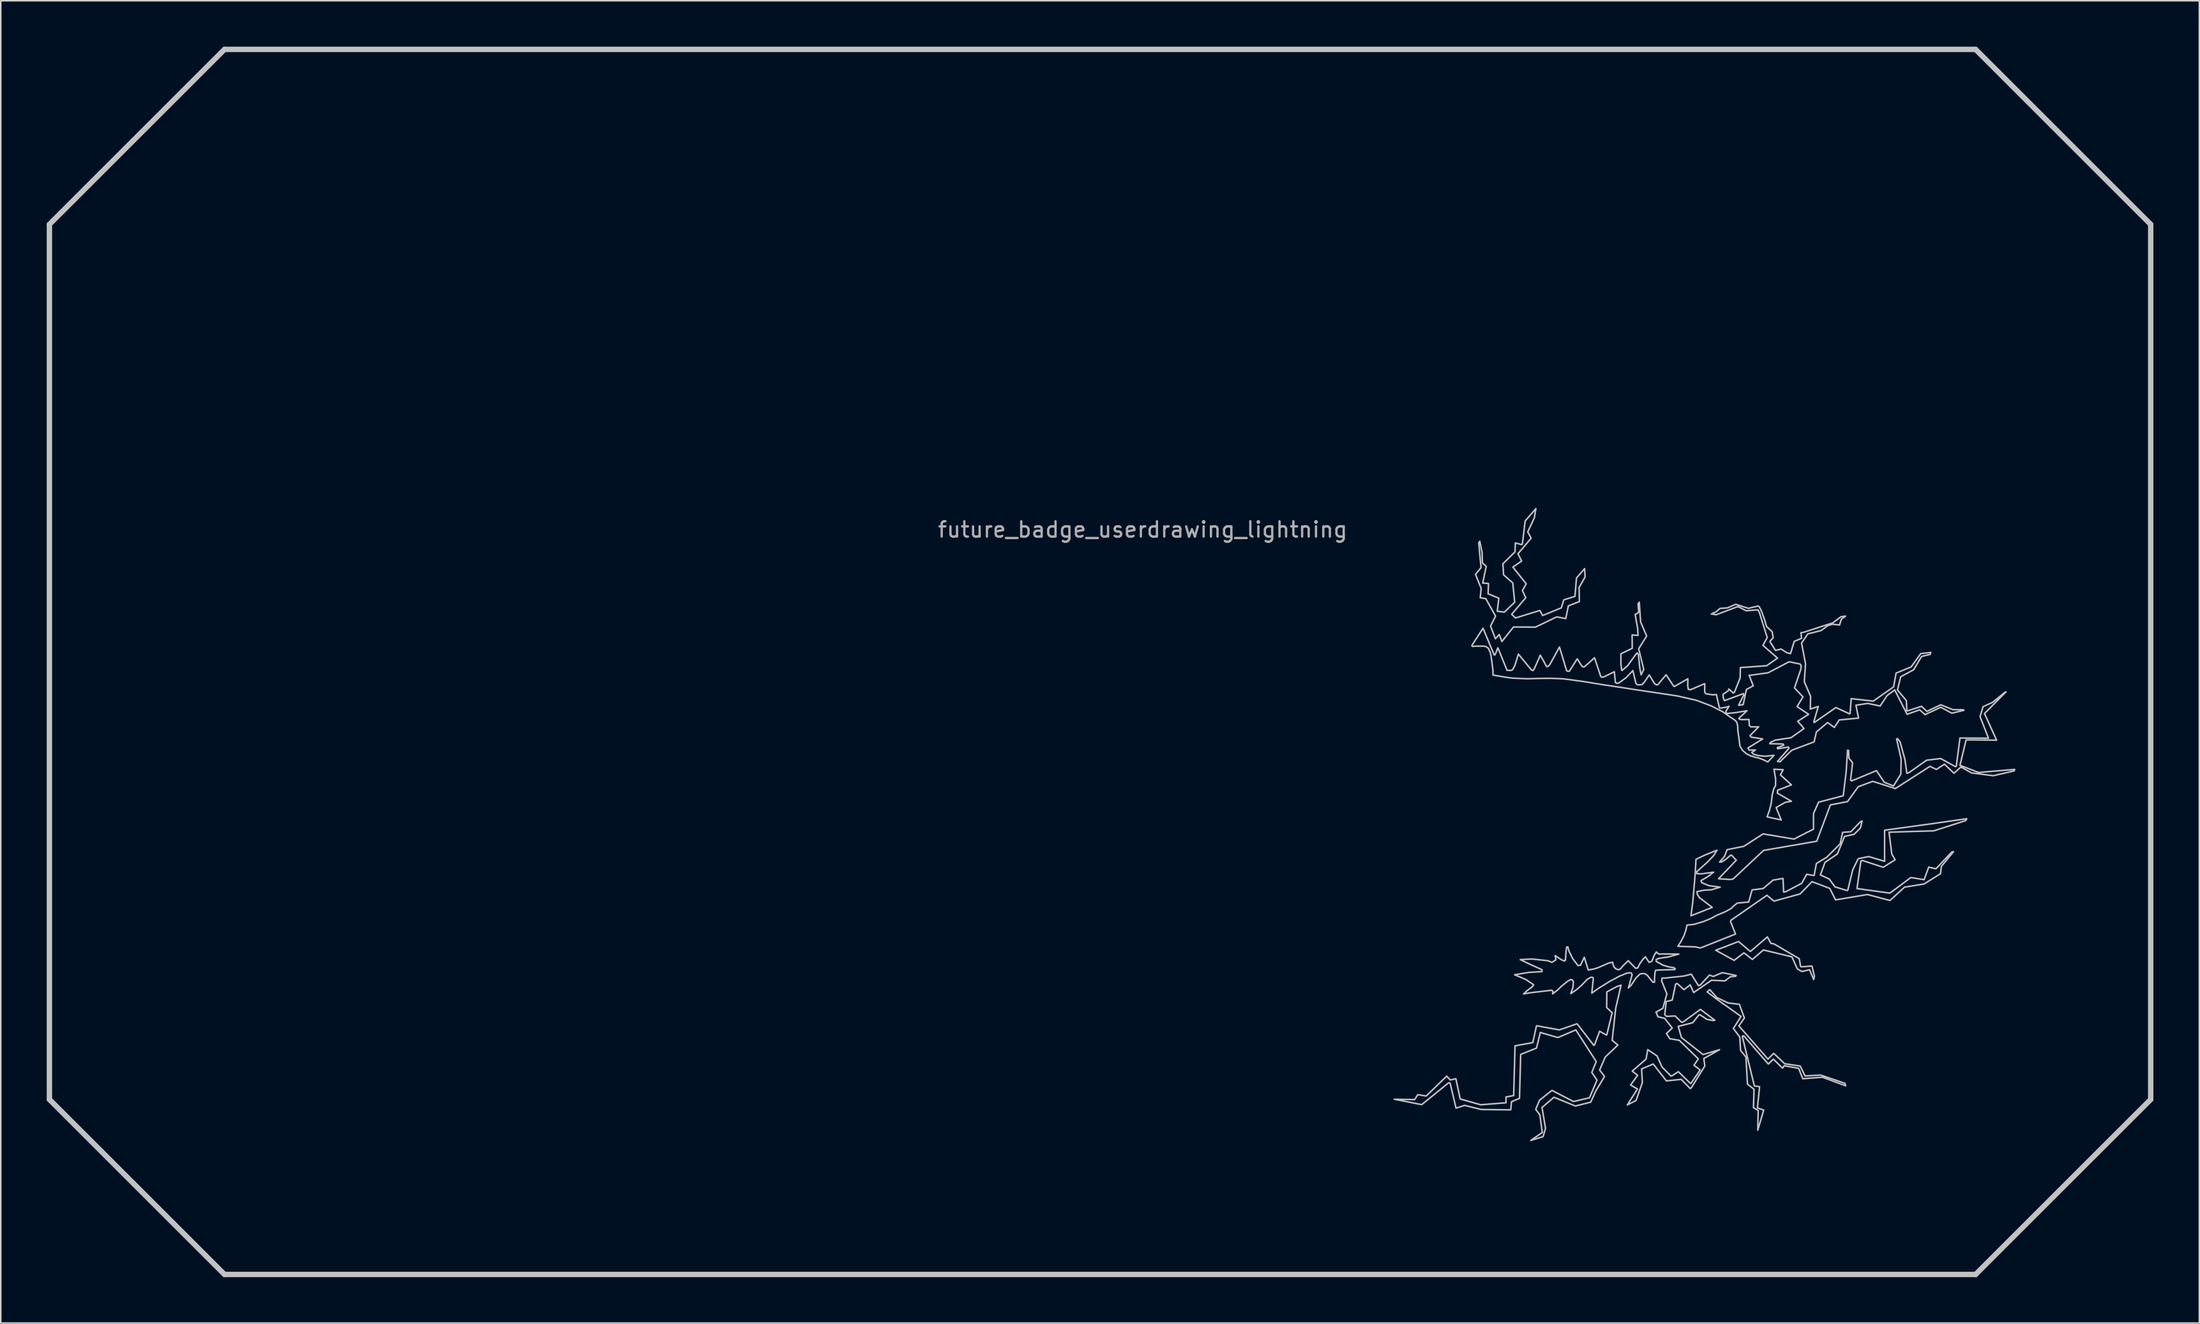
<source format=kicad_pcb>
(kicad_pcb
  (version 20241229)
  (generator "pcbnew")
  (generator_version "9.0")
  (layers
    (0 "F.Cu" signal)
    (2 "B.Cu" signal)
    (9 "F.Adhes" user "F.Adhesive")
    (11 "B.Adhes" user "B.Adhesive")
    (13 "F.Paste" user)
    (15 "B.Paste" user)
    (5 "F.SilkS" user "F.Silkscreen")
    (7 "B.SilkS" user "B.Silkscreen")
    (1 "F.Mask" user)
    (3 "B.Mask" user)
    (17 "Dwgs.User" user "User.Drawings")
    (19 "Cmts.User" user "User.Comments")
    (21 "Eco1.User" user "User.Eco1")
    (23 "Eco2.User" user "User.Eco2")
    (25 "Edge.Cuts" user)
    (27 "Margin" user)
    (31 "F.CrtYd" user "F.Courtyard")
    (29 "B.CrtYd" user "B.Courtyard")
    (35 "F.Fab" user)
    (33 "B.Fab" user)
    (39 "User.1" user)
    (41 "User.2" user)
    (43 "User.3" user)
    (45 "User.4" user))
  (footprint "future_badge_userdrawing_lightning"
    (layer "F.Cu")
    (at 71.531 32.034)
    (property "Reference" "future_badge_userdrawing_lightning" (at 0 -0.5 0) (unlocked yes) (layer "F.Fab") (effects (font (size 1 1) (thickness 0.15))))
    (fp_line (start -71.356 -20.431) (end -71.356 36.712) (stroke (width 0.35) (type solid)) (layer "Dwgs.User"))
    (fp_line (start -71.356 36.712) (end -59.928 48.141) (stroke (width 0.35) (type solid)) (layer "Dwgs.User"))
    (fp_line (start -59.928 -31.859) (end -71.356 -20.431) (stroke (width 0.35) (type solid)) (layer "Dwgs.User"))
    (fp_line (start -59.928 48.141) (end 54.358 48.141) (stroke (width 0.35) (type solid)) (layer "Dwgs.User"))
    (fp_line (start 54.358 -31.859) (end -59.928 -31.859) (stroke (width 0.35) (type solid)) (layer "Dwgs.User"))
    (fp_line (start 54.358 48.141) (end 65.787 36.712) (stroke (width 0.35) (type solid)) (layer "Dwgs.User"))
    (fp_line (start 65.787 -20.431) (end 54.358 -31.859) (stroke (width 0.35) (type solid)) (layer "Dwgs.User"))
    (fp_line (start 65.787 36.712) (end 65.787 -20.431) (stroke (width 0.35) (type solid)) (layer "Dwgs.User"))
    (fp_poly (pts (xy 41.8 15.18) (xy 41.62 15.52) (xy 42.34 16.17) (xy 41.44 16.52) (xy 41.42 16.71) (xy 42.34 17.24) (xy 41.94 17.31) (xy 41.34 17.65) (xy 41.67 18.46) (xy 40.75 18.26) (xy 40.91 17.82) (xy 41.02 17.37) (xy 41.09 16.8) (xy 41.19 16.41) (xy 41.3 16.23) (xy 41.31 15.78) (xy 41.2 15.15)) (stroke (width 0.1) (type solid)) (fill no) (layer "Dwgs.User"))
    (fp_poly (pts (xy 41 26.52) (xy 41.19 26.55) (xy 42.85 27.52) (xy 42.94 28.03) (xy 43 28.05) (xy 43.68 28) (xy 43.84 28.67) (xy 43.79 28.88) (xy 43.52 28.24) (xy 43.03 28.36) (xy 42.73 28.19) (xy 42.37 27.4) (xy 40.51 26.95) (xy 39.79 27.57) (xy 39.24 27.14) (xy 38.6 27.63) (xy 37.4 26.97) (xy 38.89 26.4) (xy 39.66 27.05) (xy 40.77 26.1)) (stroke (width 0.1) (type solid)) (fill no) (layer "Dwgs.User"))
    (fp_poly (pts (xy 32.47 5.16) (xy 32.5 5.54) (xy 32.89 6.45) (xy 32.37 7.28) (xy 32.7 8.63) (xy 32.53 8.98) (xy 32.44 8.52) (xy 32.35 7.65) (xy 32.28 7.55) (xy 32.19 7.64) (xy 31.64 8.4) (xy 31.28 8.7) (xy 31.26 8.68) (xy 31.21 8.27) (xy 31.21 7.61) (xy 31.95 7.25) (xy 31.94 6.38) (xy 32.33 6.41) (xy 32.3 5.95) (xy 32.14 5.04) (xy 32.3 4.96) (xy 32.37 4.87) (xy 32.33 4.34) (xy 32.41 4.24)) (stroke (width 0.1) (type solid)) (fill no) (layer "Dwgs.User"))
    (fp_poly (pts (xy 37.27 20.78) (xy 36.85 21.22) (xy 36.17 21.83) (xy 36.17 21.97) (xy 36.47 21.98) (xy 37.26 21.87) (xy 36.87 22.17) (xy 36.44 22.42) (xy 36.48 22.55) (xy 36.95 22.75) (xy 37.69 22.85) (xy 37.12 23.02) (xy 36.62 23.05) (xy 36.18 23.14) (xy 36.19 23.3) (xy 36.33 23.53) (xy 37.17 24.17) (xy 35.78 24.72) (xy 35.86 24.13) (xy 35.9 23.84) (xy 35.96 23.13) (xy 36.04 22.21) (xy 36.07 21.77) (xy 36.11 21.03) (xy 36.72 20.74) (xy 37.48 20.44)) (stroke (width 0.1) (type solid)) (fill no) (layer "Dwgs.User"))
    (fp_poly (pts (xy 37.47 30.06) (xy 38.21 30.41) (xy 38.94 30.5) (xy 39.27 31.39) (xy 38.91 31.91) (xy 40.81 34.08) (xy 41.18 33.7) (xy 41.9 34.38) (xy 42.91 34.53) (xy 43.23 35.18) (xy 44.25 35.12) (xy 45.83 35.66) (xy 45.88 35.82) (xy 44.36 35.26) (xy 43.08 35.36) (xy 42.81 34.68) (xy 41.87 34.51) (xy 41.76 34.67) (xy 41.16 34.08) (xy 40.83 34.4) (xy 39.24 32.57) (xy 39.15 32.56) (xy 39.14 32.62) (xy 39.92 35.83) (xy 40.26 35.88) (xy 40.12 37.26) (xy 40.53 37.41) (xy 40.14 38.72) (xy 40.17 37.43) (xy 39.86 37.25) (xy 39.9 36.05) (xy 39.47 35.71) (xy 39.37 33.94) (xy 39.02 33.51) (xy 38.97 32.64) (xy 38.55 32.08) (xy 39.05 31.29) (xy 37.53 30.21) (xy 36.84 29.69) (xy 37.01 29.54)) (stroke (width 0.1) (type solid)) (fill no) (layer "Dwgs.User"))
    (fp_poly (pts (xy 25.56 -1.27) (xy 25.13 -0.35) (xy 25.35 0.06) (xy 24.49 1.08) (xy 24.73 1.55) (xy 24.16 1.95) (xy 25.03 3.04) (xy 24.78 3.48) (xy 25 3.95) (xy 24.08 5.03) (xy 24.33 5.27) (xy 25.92 4.78) (xy 26.1 5.11) (xy 27.32 4.61) (xy 27.48 4.09) (xy 28.21 3.86) (xy 28.31 2.66) (xy 28.84 2.05) (xy 28.87 2.6) (xy 28.48 3.28) (xy 28.5 4.2) (xy 27.78 4.48) (xy 27.61 5.31) (xy 27.02 5.2) (xy 25.63 5.87) (xy 24.2 5.86) (xy 23.44 6.81) (xy 23.27 6.35) (xy 23.02 6.63) (xy 22.7 5.8) (xy 23.03 5.15) (xy 22.39 4.01) (xy 22.03 3.95) (xy 22.09 3.34) (xy 21.72 2.42) (xy 22.08 1.99) (xy 21.93 0.36) (xy 22 0.26) (xy 22.15 1) (xy 22.17 1.68) (xy 22.42 1.9) (xy 22.19 2.99) (xy 22.57 3.02) (xy 22.54 3.69) (xy 23.24 3.98) (xy 23.14 4.83) (xy 23.6 4.89) (xy 24.28 4.24) (xy 24.15 2.98) (xy 23.55 2.45) (xy 23.51 1.73) (xy 24.3 0.95) (xy 24.32 0.37) (xy 24.73 0.48) (xy 24.78 0.44) (xy 24.96 -1.06) (xy 25.66 -1.87)) (stroke (width 0.1) (type solid)) (fill no) (layer "Dwgs.User"))
    (fp_poly (pts (xy 30.87 30.76) (xy 30.64 32.85) (xy 31.01 33.16) (xy 30.19 33.94) (xy 29.82 34.79) (xy 30.14 35.21) (xy 29.56 36.18) (xy 29.24 36.89) (xy 28.24 37.14) (xy 26.84 36.57) (xy 26.06 37.24) (xy 26.29 38.6) (xy 26.13 39.14) (xy 25.33 39.39) (xy 26.08 38.87) (xy 25.92 37.72) (xy 25.65 37.36) (xy 25.9 36.76) (xy 26.71 36.12) (xy 28.12 36.85) (xy 29.16 36.6) (xy 29.65 35.45) (xy 29.31 34.95) (xy 29.6 34.24) (xy 28.27 32.17) (xy 27.1 32.67) (xy 25.95 32.34) (xy 25.7 33.36) (xy 24.67 33.77) (xy 24.59 36.64) (xy 24.07 36.86) (xy 24.02 37.39) (xy 22.1 37.37) (xy 21.01 37.1) (xy 20.45 37.28) (xy 20.06 35.64) (xy 19.97 35.62) (xy 18.21 37.05) (xy 16.42 36.7) (xy 17.75 36.72) (xy 17.95 36.4) (xy 18.5 36.49) (xy 19.84 35.19) (xy 20.07 35.44) (xy 20.44 35.36) (xy 20.72 36.68) (xy 22.06 37.06) (xy 23.71 36.93) (xy 23.71 36.55) (xy 24.21 36.46) (xy 24.3 33.21) (xy 25.46 33) (xy 25.7 31.9) (xy 27.19 32.17) (xy 28.35 31.77) (xy 29.44 33.18) (xy 29.49 33.15) (xy 29.82 32.26) (xy 30.25 32.5) (xy 30.29 32.49) (xy 30.64 31.05) (xy 30.28 30.71) (xy 30.29 29.69) (xy 30.95 29.34) (xy 31.22 29.25)) (stroke (width 0.1) (type solid)) (fill no) (layer "Dwgs.User"))
    (fp_poly (pts (xy 54.94 11.51) (xy 55.73 13.25) (xy 53.74 13.23) (xy 53.34 14.89) (xy 54.55 15.36) (xy 56.91 15.16) (xy 56.87 15.26) (xy 55.51 15.57) (xy 54.1 15.39) (xy 53.4 15) (xy 52.95 15.41) (xy 52.33 14.82) (xy 51.8 15.16) (xy 51.38 14.96) (xy 49.12 16.41) (xy 47.65 15.94) (xy 46.7 16.29) (xy 46 17.26) (xy 44.88 17.48) (xy 43.99 19.85) (xy 40.52 20.45) (xy 38.54 22.31) (xy 38.36 22.35) (xy 37.58 22.3) (xy 38.74 21.09) (xy 38.43 20.76) (xy 38.36 20.77) (xy 38.06 21.03) (xy 37.77 21.21) (xy 37.65 21.21) (xy 37.97 20.84) (xy 38.14 20.4) (xy 39.24 20.18) (xy 40.49 19.37) (xy 42.5 19.71) (xy 43.78 19.06) (xy 43.78 18.04) (xy 44.11 17.3) (xy 45.72 16.88) (xy 45.91 15.34) (xy 46 13.91) (xy 46.07 13.92) (xy 46.09 14.42) (xy 46.33 14.73) (xy 46.2 15.85) (xy 46.27 15.91) (xy 47.89 15.24) (xy 48.4 16) (xy 49 16.24) (xy 49.48 15.47) (xy 49.5 14.48) (xy 49.2 13.17) (xy 49.26 13.15) (xy 49.43 13.36) (xy 49.75 14.52) (xy 49.87 15.41) (xy 50.01 15.37) (xy 51.16 14.56) (xy 52.08 14.45) (xy 53.04 14.98) (xy 53.1 14.95) (xy 53.34 13.11) (xy 55.2 13.12) (xy 54.65 11.71) (xy 54.85 11.06) (xy 55.47 10.78) (xy 56.29 10.11) (xy 56.34 10.1)) (stroke (width 0.1) (type solid)) (fill no) (layer "Dwgs.User"))
    (fp_poly (pts (xy 38.73 28.62) (xy 38.7 28.67) (xy 38.35 28.7) (xy 38.01 28.97) (xy 37.12 28.93) (xy 35.96 29.73) (xy 35.73 29.23) (xy 35.33 29.54) (xy 34.88 29.14) (xy 34.78 29.18) (xy 34.56 30.22) (xy 34.17 30.32) (xy 34.07 31.17) (xy 34.19 31.29) (xy 34.75 31.26) (xy 35.17 31.67) (xy 35.25 31.67) (xy 36.4 30.83) (xy 37.34 31.54) (xy 37.23 31.56) (xy 36.82 31.48) (xy 36.37 31.18) (xy 36.3 31.19) (xy 35.9 31.7) (xy 34.95 31.94) (xy 35.16 32.67) (xy 36.57 33.78) (xy 37.65 33.46) (xy 36.62 34.04) (xy 36.69 34.52) (xy 35.8 35.96) (xy 35.73 36) (xy 35.15 35.4) (xy 34.18 35.5) (xy 33.32 34.4) (xy 32.56 34.72) (xy 32.61 35.61) (xy 32.2 36.78) (xy 31.63 37.07) (xy 32.29 36.03) (xy 31.84 35.77) (xy 32.3 35.14) (xy 31.95 34.86) (xy 32.85 34.08) (xy 32.96 33.46) (xy 33.57 33.87) (xy 33.89 34.59) (xy 34.47 35.18) (xy 34.52 35.18) (xy 34.96 34.9) (xy 35.35 35.28) (xy 35.75 35.67) (xy 35.79 35.65) (xy 36.38 34.79) (xy 35.98 34.48) (xy 36.26 34.06) (xy 35.02 32.85) (xy 34.41 32.75) (xy 34.18 32.41) (xy 34.56 32.05) (xy 34.07 31.42) (xy 33.63 31.31) (xy 33.5 31.01) (xy 33.95 30.76) (xy 34.21 29.82) (xy 33.87 28.97) (xy 33.9 28.78) (xy 34.05 28.79) (xy 35.34 28.65) (xy 35.8 28.53) (xy 36.27 29.28) (xy 36.39 29.24) (xy 36.99 28.59) (xy 37.24 28.68) (xy 37.83 28.43)) (stroke (width 0.1) (type solid)) (fill no) (layer "Dwgs.User"))
    (fp_poly (pts (xy 53.72 18.5) (xy 51.64 19.17) (xy 48.71 19.26) (xy 48.89 20.69) (xy 49.11 21.06) (xy 48.33 21.55) (xy 46.95 21.1) (xy 46.87 21.16) (xy 46.62 22.94) (xy 48.77 23.24) (xy 50.13 22.22) (xy 51 22.36) (xy 51.3 21.54) (xy 51.77 21.65) (xy 52.81 20.55) (xy 52.92 20.53) (xy 52.12 21.5) (xy 52.07 21.97) (xy 51 22.64) (xy 49.72 22.85) (xy 48.77 23.72) (xy 47.3 23.33) (xy 45.22 23.68) (xy 44.84 22.93) (xy 43.68 22.49) (xy 42.91 23.29) (xy 41.2 23.76) (xy 40.74 23.38) (xy 38.38 25.02) (xy 38.37 25.11) (xy 38.69 25.91) (xy 36.4 26.82) (xy 36.06 26.75) (xy 34.93 26.71) (xy 35.11 26.43) (xy 35.32 26.03) (xy 35.45 25.66) (xy 35.52 25.33) (xy 35.97 25.28) (xy 36.61 25.09) (xy 37.05 24.91) (xy 37.48 24.68) (xy 38.05 24.44) (xy 38.41 24.24) (xy 38.55 24.09) (xy 38.81 23.89) (xy 39.55 23.82) (xy 39.77 23.03) (xy 40.49 22.94) (xy 41.14 22.39) (xy 41.79 22.28) (xy 41.83 23.17) (xy 41.96 23.15) (xy 43.01 22.6) (xy 43.33 22.01) (xy 43.82 22.09) (xy 43.97 21.3) (xy 44.64 20.9) (xy 45.52 20.02) (xy 45.68 19.27) (xy 46.22 19.23) (xy 46.84 18.58) (xy 46.95 18.53) (xy 46.84 18.99) (xy 46.44 19.39) (xy 45.8 19.54) (xy 45.34 20.68) (xy 44.53 21.23) (xy 44.23 22.05) (xy 44.81 22.32) (xy 45.18 22.83) (xy 45.97 23.07) (xy 46.02 23.04) (xy 46.34 21.71) (xy 46.7 20.99) (xy 47.38 20.85) (xy 48.42 21.16) (xy 48.42 19.13) (xy 51.41 18.72) (xy 53.78 18.38)) (stroke (width 0.1) (type solid)) (fill no) (layer "Dwgs.User"))
    (fp_poly (pts (xy 27.81 27) (xy 28.06 27.51) (xy 28.41 27.97) (xy 28.57 27.95) (xy 28.82 27.43) (xy 29.08 28.26) (xy 29.41 28.2) (xy 29.69 28.12) (xy 30.4 27.81) (xy 30.67 27.75) (xy 30.7 27.9) (xy 30.77 28.08) (xy 30.9 28.2) (xy 31.08 28.24) (xy 31.19 28.18) (xy 31.33 28) (xy 31.69 27.65) (xy 32.17 28.15) (xy 32.31 28.12) (xy 32.45 27.84) (xy 32.63 27.58) (xy 32.81 27.4) (xy 33.05 27.76) (xy 33.23 27.69) (xy 33.37 27.32) (xy 33.52 27.08) (xy 33.68 27.22) (xy 33.99 27.21) (xy 34.99 27.22) (xy 34.3 27.41) (xy 33.98 27.45) (xy 33.62 27.52) (xy 33.51 27.58) (xy 33.52 27.7) (xy 33.95 27.94) (xy 34.31 28.05) (xy 34.68 28.11) (xy 34.76 28.19) (xy 34.72 28.23) (xy 33.67 28.26) (xy 33.47 28.28) (xy 33.43 28.44) (xy 33.41 28.71) (xy 33.4 29.06) (xy 33.3 29.06) (xy 32.92 28.59) (xy 32.76 28.5) (xy 32.59 28.49) (xy 32.45 28.53) (xy 32.21 28.76) (xy 31.87 29.26) (xy 31.7 29.43) (xy 31.94 28.57) (xy 31.89 28.46) (xy 31.78 28.44) (xy 31.61 28.46) (xy 31.12 28.66) (xy 30.5 28.99) (xy 29.74 29.46) (xy 29.31 29.77) (xy 29.41 28.81) (xy 29.37 28.74) (xy 29.26 28.73) (xy 29.01 28.87) (xy 28.63 29.27) (xy 28.29 29.56) (xy 27.94 29.8) (xy 28.08 29.39) (xy 28.11 29.02) (xy 28.05 28.91) (xy 27.94 28.88) (xy 27.72 29) (xy 27.34 29.31) (xy 27.05 29.59) (xy 26.75 29.82) (xy 26.77 29.64) (xy 26.7 29.58) (xy 25.33 29.74) (xy 24.86 29.82) (xy 25.08 29.61) (xy 25.46 29.33) (xy 25.51 29.22) (xy 24.99 28.87) (xy 24.27 28.57) (xy 25.17 28.42) (xy 26.06 28.36) (xy 26.06 28.24) (xy 25.33 27.91) (xy 24.64 27.58) (xy 25.38 27.54) (xy 26.43 27.65) (xy 26.71 27.76) (xy 26.97 27.59) (xy 26.92 27.32) (xy 27.31 27.58) (xy 27.5 27.67) (xy 27.59 27.62) (xy 27.63 27.03) (xy 27.67 26.76) (xy 27.75 26.75)) (stroke (width 0.1) (type solid)) (fill no) (layer "Dwgs.User"))
    (fp_poly (pts (xy 22.94 7.69) (xy 23 7.67) (xy 23.18 7.22) (xy 23.78 8.69) (xy 24.02 8.7) (xy 24.14 8.65) (xy 24.29 8.37) (xy 24.52 7.63) (xy 25.38 8.68) (xy 25.48 8.7) (xy 25.57 8.56) (xy 25.95 7.7) (xy 26.36 8.44) (xy 26.42 8.45) (xy 26.55 8.35) (xy 27.2 7.17) (xy 27.67 8.72) (xy 27.77 8.76) (xy 27.85 8.74) (xy 28.36 7.94) (xy 28.66 8.41) (xy 28.72 8.46) (xy 28.83 8.46) (xy 29.49 7.87) (xy 29.89 9.08) (xy 29.95 9.14) (xy 30.1 9.12) (xy 30.78 8.78) (xy 30.85 9.48) (xy 30.93 9.54) (xy 31.07 9.52) (xy 31.55 9.17) (xy 31.99 8.71) (xy 32.19 9.54) (xy 32.29 9.64) (xy 32.59 9.62) (xy 32.74 9.46) (xy 33.06 8.99) (xy 33.4 9.55) (xy 33.54 9.64) (xy 33.62 9.63) (xy 34.16 8.98) (xy 34.65 9.72) (xy 34.71 9.74) (xy 35.58 9.24) (xy 35.57 9.69) (xy 35.61 9.93) (xy 35.74 9.96) (xy 36.68 9.56) (xy 36.68 10.12) (xy 36.76 10.22) (xy 37.22 10.29) (xy 37.44 10.27) (xy 37.64 11.14) (xy 37.76 11.15) (xy 38.11 11.09) (xy 38.27 11.04) (xy 38.06 11.36) (xy 38.08 11.48) (xy 38.14 11.51) (xy 38.63 11.46) (xy 39.44 11.33) (xy 38.93 11.8) (xy 38.93 11.87) (xy 39.08 11.91) (xy 39.57 11.9) (xy 39.59 12.29) (xy 39.68 12.38) (xy 40.2 12.38) (xy 39.64 12.95) (xy 39.7 13.05) (xy 40.46 13.17) (xy 39.5 13.76) (xy 39.58 13.9) (xy 39.99 13.89) (xy 39.75 14.05) (xy 39.85 14.16) (xy 40.19 14.26) (xy 40.64 14.3) (xy 41.2 14.24) (xy 40.83 14.64) (xy 40.82 14.65) (xy 40.79 14.66) (xy 40.77 14.66) (xy 40.574 14.559) (xy 40.28 14.44) (xy 40 14.37) (xy 39.68 14.28) (xy 39.41 14.14) (xy 39.15 13.92) (xy 38.98 13.64) (xy 38.95 13.41) (xy 38.91 13.09) (xy 38.84 12.62) (xy 38.83 12.3) (xy 38.77 12.07) (xy 38.61 11.91) (xy 38.46 11.82) (xy 38.19 11.63) (xy 37.85 11.39) (xy 37.1 11.01) (xy 36.11 10.64) (xy 34.88 10.36) (xy 32.14 9.95) (xy 31.25 9.81) (xy 30.04 9.63) (xy 28.88 9.44) (xy 28.04 9.32) (xy 27.39 9.24) (xy 26.61 9.21) (xy 25.86 9.22) (xy 25.08 9.24) (xy 24.13 9.2) (xy 23.7 9.14) (xy 22.86 9) (xy 22.86 8.7) (xy 22.79 8.14) (xy 22.73 7.73) (xy 22.67 7.49) (xy 22.56 7.25) (xy 22.42 7.15) (xy 22.28 7.11) (xy 21.73 7.11) (xy 21.53 7.13) (xy 21.48 7.07) (xy 22.21 5.94)) (stroke (width 0.1) (type solid)) (fill no) (layer "Dwgs.User"))
    (fp_poly (pts (xy 39.53 4.64) (xy 40.17 4.49) (xy 40.24 4.54) (xy 40.36 4.77) (xy 40.56 5.3) (xy 40.72 5.83) (xy 41.08 6.17) (xy 41.15 6.56) (xy 40.94 6.79) (xy 40.94 6.82) (xy 41.3 7.39) (xy 41.66 7.3) (xy 42.04 7.54) (xy 42.28 7.6) (xy 42.52 6.8) (xy 43 6.6) (xy 42.96 6.23) (xy 43.12 6.21) (xy 45.04 5.59) (xy 45.57 5.19) (xy 45.87 5.15) (xy 45.6 5.35) (xy 45.48 5.73) (xy 45.02 5.68) (xy 44.71 5.77) (xy 44.28 6.09) (xy 43.41 6.31) (xy 43 6.91) (xy 43.26 8.26) (xy 43.18 9.43) (xy 43.59 10.39) (xy 43.57 11.22) (xy 44.09 11.05) (xy 43.8 12.06) (xy 43.83 12.1) (xy 45.24 11.12) (xy 46.13 11.53) (xy 46.17 11.5) (xy 46.24 10.54) (xy 47.68 10.7) (xy 49.01 9.77) (xy 49.17 8.87) (xy 50.15 8.47) (xy 50.78 7.6) (xy 51.44 7.52) (xy 51.39 7.65) (xy 50.88 7.77) (xy 50.81 7.82) (xy 50.32 8.65) (xy 49.47 9.11) (xy 49.26 9.97) (xy 49.84 10.67) (xy 49.87 11.31) (xy 49.91 11.34) (xy 50.83 11.04) (xy 51.18 11.37) (xy 52.09 10.94) (xy 52.88 11.26) (xy 53.55 11.26) (xy 53.6 11.3) (xy 52.81 11.49) (xy 52.09 11.1) (xy 51.06 11.58) (xy 50.71 11.27) (xy 49.89 11.56) (xy 49.08 9.97) (xy 48.58 10.34) (xy 48.13 11.02) (xy 47.32 10.85) (xy 46.55 10.97) (xy 46.72 11.81) (xy 45.46 11.93) (xy 45.14 12.42) (xy 44.7 12.1) (xy 43.97 12.71) (xy 43.82 13.36) (xy 42.36 13.91) (xy 41.59 14.66) (xy 41.43 14.64) (xy 42.18 13.78) (xy 42.15 13.7) (xy 41.44 13.81) (xy 41.42 13.74) (xy 41.84 13.58) (xy 41.79 13.5) (xy 40.92 13.48) (xy 40.98 13.39) (xy 41.27 13.25) (xy 42.31 13.09) (xy 43.16 12.49) (xy 42.75 12.02) (xy 43.46 11.56) (xy 42.71 11.06) (xy 43.09 10.42) (xy 42.54 9.84) (xy 42.95 8.63) (xy 42.98 8.39) (xy 42.91 8.28) (xy 42.19 8.13) (xy 40.82 8.85) (xy 39.58 9.02) (xy 39.85 9.7) (xy 39.4 9.94) (xy 39.19 10.93) (xy 38.89 10.97) (xy 39.23 10.3) (xy 39.21 10.21) (xy 37.97 10.67) (xy 37.9 10.52) (xy 37.87 10.26) (xy 38.22 10.02) (xy 38.25 9.91) (xy 38.55 10.17) (xy 38.62 10.12) (xy 38.99 9.19) (xy 39.01 8.51) (xy 40.72 8.39) (xy 41.43 7.89) (xy 40.48 7.06) (xy 40.76 6.55) (xy 40.24 4.89) (xy 40.15 4.74) (xy 39.39 4.8) (xy 38.88 4.54) (xy 38.78 4.55) (xy 37.43 5.06) (xy 37.11 5.01) (xy 37.44 4.86) (xy 37.67 4.65) (xy 38.17 4.61) (xy 38.7 4.38)) (stroke (width 0.1) (type solid)) (fill no) (layer "Dwgs.User")))
  (gr_rect
    (start -3 -3)
    (end 140.493 83.35)
    (stroke (width 0.1) (type default))
    (fill no)
    (layer "Edge.Cuts")))
</source>
